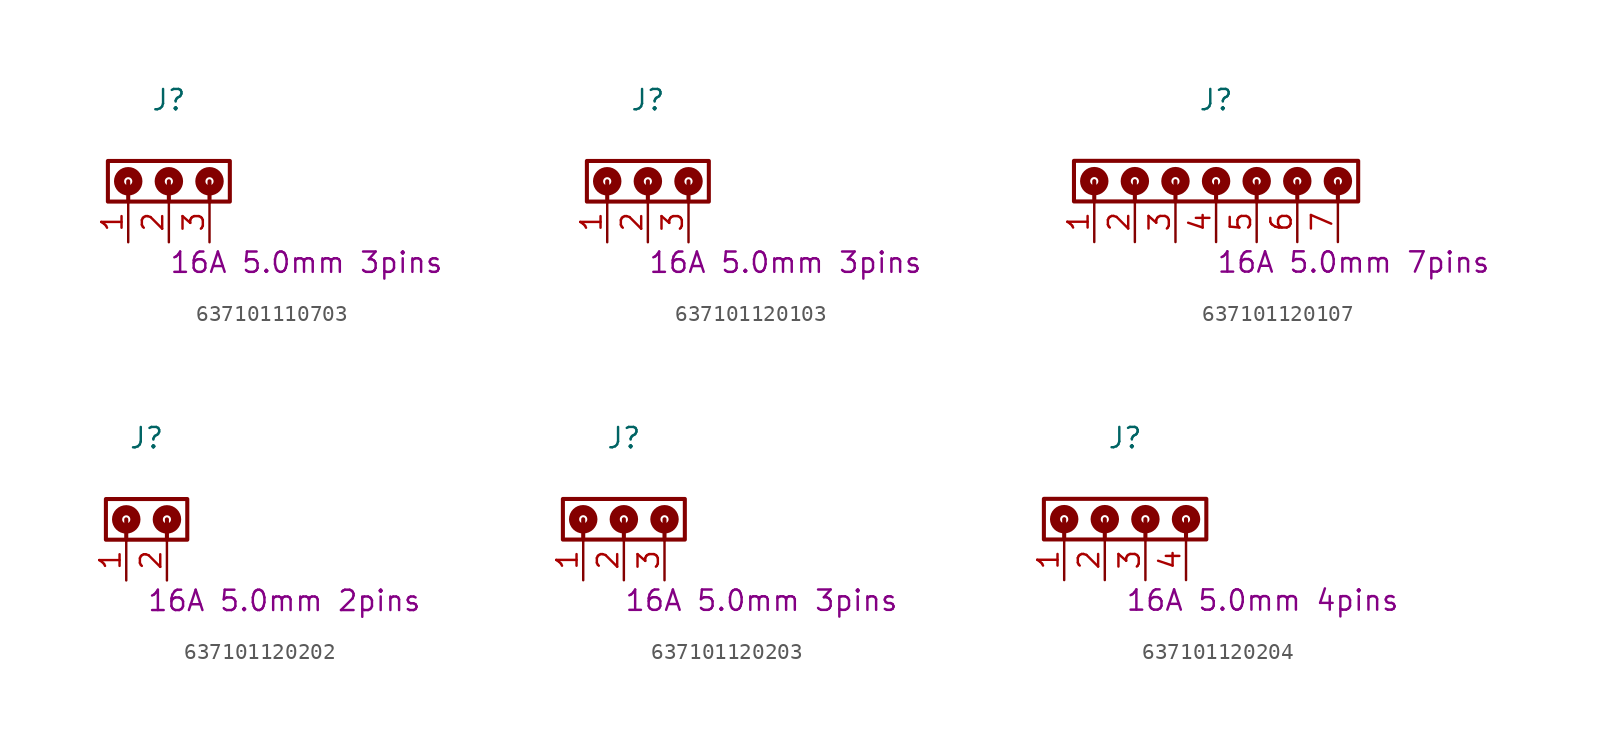
<source format=kicad_sym>
(kicad_symbol_lib
  (version 20220914)
  (generator kicad_symbol_editor)
  (symbol "637101110703"
    (pin_names hide)
    (property "Reference" "J"
      (at 0 5.08 0)
      (effects (font (size 1.27 1.27))))
    (property "Critical Parameter" "16A 5.0mm 3pins"
      (at 0 -5.08 0)
      (effects (font (size 1.27 1.27)) (justify left)))
    (symbol "637101110703_0_1"
      (rectangle (start -3.81 1.27) (end 3.81 -1.27) (stroke (width 0.254) (type default)) (fill (type none)))
      (circle (center -2.54 0) (radius 0.254) (stroke (width 0.635) (type default)) (fill (type none)))
      (polyline (pts (xy -2.54 0) (xy -2.54 -1.27)) (stroke (width 0.254) (type default)) (fill (type none)))
      (circle (center 0.0 0) (radius 0.254) (stroke (width 0.635) (type default)) (fill (type none)))
      (polyline (pts (xy 0.0 0) (xy 0.0 -1.27)) (stroke (width 0.254) (type default)) (fill (type none)))
      (circle (center 2.54 0) (radius 0.254) (stroke (width 0.635) (type default)) (fill (type none)))
      (polyline (pts (xy 2.54 0) (xy 2.54 -1.27)) (stroke (width 0.254) (type default)) (fill (type none))))
    (symbol "637101110703_1_1"
      (pin passive line (at -2.54 -3.81 90) (length 2.54) (name "1" (effects (font (size 1.27 1.27)))) (number "1" (effects (font (size 1.27 1.27)))))
      (pin passive line (at -2.54 -3.81 90) (length 2.54) hide (name "A1" (effects (font (size 1.27 1.27)))) (number "A1" (effects (font (size 1.27 1.27)))))
      (pin passive line (at 0.0 -3.81 90) (length 2.54) (name "2" (effects (font (size 1.27 1.27)))) (number "2" (effects (font (size 1.27 1.27)))))
      (pin passive line (at 0.0 -3.81 90) (length 2.54) hide (name "A2" (effects (font (size 1.27 1.27)))) (number "A2" (effects (font (size 1.27 1.27)))))
      (pin passive line (at 2.54 -3.81 90) (length 2.54) (name "3" (effects (font (size 1.27 1.27)))) (number "3" (effects (font (size 1.27 1.27)))))
      (pin passive line (at 2.54 -3.81 90) (length 2.54) hide (name "A3" (effects (font (size 1.27 1.27)))) (number "A3" (effects (font (size 1.27 1.27)))))))
  (symbol "637101120103"
    (pin_names hide)
    (property "Reference" "J"
      (at 0 5.08 0)
      (effects (font (size 1.27 1.27))))
    (property "Critical Parameter" "16A 5.0mm 3pins"
      (at 0 -5.08 0)
      (effects (font (size 1.27 1.27)) (justify left)))
    (symbol "637101120103_0_1"
      (rectangle (start -3.81 1.27) (end 3.81 -1.27) (stroke (width 0.254) (type default)) (fill (type none)))
      (circle (center -2.54 0) (radius 0.254) (stroke (width 0.635) (type default)) (fill (type none)))
      (polyline (pts (xy -2.54 0) (xy -2.54 -1.27)) (stroke (width 0.254) (type default)) (fill (type none)))
      (circle (center 0.0 0) (radius 0.254) (stroke (width 0.635) (type default)) (fill (type none)))
      (polyline (pts (xy 0.0 0) (xy 0.0 -1.27)) (stroke (width 0.254) (type default)) (fill (type none)))
      (circle (center 2.54 0) (radius 0.254) (stroke (width 0.635) (type default)) (fill (type none)))
      (polyline (pts (xy 2.54 0) (xy 2.54 -1.27)) (stroke (width 0.254) (type default)) (fill (type none))))
    (symbol "637101120103_1_1"
      (pin passive line (at -2.54 -3.81 90) (length 2.54) (name "1" (effects (font (size 1.27 1.27)))) (number "1" (effects (font (size 1.27 1.27)))))
      (pin passive line (at -2.54 -3.81 90) (length 2.54) hide (name "A1" (effects (font (size 1.27 1.27)))) (number "A1" (effects (font (size 1.27 1.27)))))
      (pin passive line (at 0.0 -3.81 90) (length 2.54) (name "2" (effects (font (size 1.27 1.27)))) (number "2" (effects (font (size 1.27 1.27)))))
      (pin passive line (at 0.0 -3.81 90) (length 2.54) hide (name "A2" (effects (font (size 1.27 1.27)))) (number "A2" (effects (font (size 1.27 1.27)))))
      (pin passive line (at 2.54 -3.81 90) (length 2.54) (name "3" (effects (font (size 1.27 1.27)))) (number "3" (effects (font (size 1.27 1.27)))))
      (pin passive line (at 2.54 -3.81 90) (length 2.54) hide (name "A3" (effects (font (size 1.27 1.27)))) (number "A3" (effects (font (size 1.27 1.27)))))))
  (symbol "637101120107"
    (pin_names hide)
    (property "Reference" "J"
      (at 0 5.08 0)
      (effects (font (size 1.27 1.27))))
    (property "Critical Parameter" "16A 5.0mm 7pins"
      (at 0 -5.08 0)
      (effects (font (size 1.27 1.27)) (justify left)))
    (symbol "637101120107_0_1"
      (rectangle (start -8.89 1.27) (end 8.89 -1.27) (stroke (width 0.254) (type default)) (fill (type none)))
      (circle (center -7.62 0) (radius 0.254) (stroke (width 0.635) (type default)) (fill (type none)))
      (polyline (pts (xy -7.62 0) (xy -7.62 -1.27)) (stroke (width 0.254) (type default)) (fill (type none)))
      (circle (center -5.08 0) (radius 0.254) (stroke (width 0.635) (type default)) (fill (type none)))
      (polyline (pts (xy -5.08 0) (xy -5.08 -1.27)) (stroke (width 0.254) (type default)) (fill (type none)))
      (circle (center -2.54 0) (radius 0.254) (stroke (width 0.635) (type default)) (fill (type none)))
      (polyline (pts (xy -2.54 0) (xy -2.54 -1.27)) (stroke (width 0.254) (type default)) (fill (type none)))
      (circle (center 0.0 0) (radius 0.254) (stroke (width 0.635) (type default)) (fill (type none)))
      (polyline (pts (xy 0.0 0) (xy 0.0 -1.27)) (stroke (width 0.254) (type default)) (fill (type none)))
      (circle (center 2.54 0) (radius 0.254) (stroke (width 0.635) (type default)) (fill (type none)))
      (polyline (pts (xy 2.54 0) (xy 2.54 -1.27)) (stroke (width 0.254) (type default)) (fill (type none)))
      (circle (center 5.08 0) (radius 0.254) (stroke (width 0.635) (type default)) (fill (type none)))
      (polyline (pts (xy 5.08 0) (xy 5.08 -1.27)) (stroke (width 0.254) (type default)) (fill (type none)))
      (circle (center 7.62 0) (radius 0.254) (stroke (width 0.635) (type default)) (fill (type none)))
      (polyline (pts (xy 7.62 0) (xy 7.62 -1.27)) (stroke (width 0.254) (type default)) (fill (type none))))
    (symbol "637101120107_1_1"
      (pin passive line (at -7.62 -3.81 90) (length 2.54) (name "1" (effects (font (size 1.27 1.27)))) (number "1" (effects (font (size 1.27 1.27)))))
      (pin passive line (at -7.62 -3.81 90) (length 2.54) hide (name "A1" (effects (font (size 1.27 1.27)))) (number "A1" (effects (font (size 1.27 1.27)))))
      (pin passive line (at -5.08 -3.81 90) (length 2.54) (name "2" (effects (font (size 1.27 1.27)))) (number "2" (effects (font (size 1.27 1.27)))))
      (pin passive line (at -5.08 -3.81 90) (length 2.54) hide (name "A2" (effects (font (size 1.27 1.27)))) (number "A2" (effects (font (size 1.27 1.27)))))
      (pin passive line (at -2.54 -3.81 90) (length 2.54) (name "3" (effects (font (size 1.27 1.27)))) (number "3" (effects (font (size 1.27 1.27)))))
      (pin passive line (at -2.54 -3.81 90) (length 2.54) hide (name "A3" (effects (font (size 1.27 1.27)))) (number "A3" (effects (font (size 1.27 1.27)))))
      (pin passive line (at 0.0 -3.81 90) (length 2.54) (name "4" (effects (font (size 1.27 1.27)))) (number "4" (effects (font (size 1.27 1.27)))))
      (pin passive line (at 0.0 -3.81 90) (length 2.54) hide (name "A4" (effects (font (size 1.27 1.27)))) (number "A4" (effects (font (size 1.27 1.27)))))
      (pin passive line (at 2.54 -3.81 90) (length 2.54) (name "5" (effects (font (size 1.27 1.27)))) (number "5" (effects (font (size 1.27 1.27)))))
      (pin passive line (at 2.54 -3.81 90) (length 2.54) hide (name "A5" (effects (font (size 1.27 1.27)))) (number "A5" (effects (font (size 1.27 1.27)))))
      (pin passive line (at 5.08 -3.81 90) (length 2.54) (name "6" (effects (font (size 1.27 1.27)))) (number "6" (effects (font (size 1.27 1.27)))))
      (pin passive line (at 5.08 -3.81 90) (length 2.54) hide (name "A6" (effects (font (size 1.27 1.27)))) (number "A6" (effects (font (size 1.27 1.27)))))
      (pin passive line (at 7.62 -3.81 90) (length 2.54) (name "7" (effects (font (size 1.27 1.27)))) (number "7" (effects (font (size 1.27 1.27)))))
      (pin passive line (at 7.62 -3.81 90) (length 2.54) hide (name "A7" (effects (font (size 1.27 1.27)))) (number "A7" (effects (font (size 1.27 1.27)))))))
  (symbol "637101120202"
    (pin_names hide)
    (property "Reference" "J"
      (at 0 5.08 0)
      (effects (font (size 1.27 1.27))))
    (property "Critical Parameter" "16A 5.0mm 2pins"
      (at 0 -5.08 0)
      (effects (font (size 1.27 1.27)) (justify left)))
    (symbol "637101120202_0_1"
      (rectangle (start -2.54 1.27) (end 2.54 -1.27) (stroke (width 0.254) (type default)) (fill (type none)))
      (circle (center -1.27 0) (radius 0.254) (stroke (width 0.635) (type default)) (fill (type none)))
      (polyline (pts (xy -1.27 0) (xy -1.27 -1.27)) (stroke (width 0.254) (type default)) (fill (type none)))
      (circle (center 1.27 0) (radius 0.254) (stroke (width 0.635) (type default)) (fill (type none)))
      (polyline (pts (xy 1.27 0) (xy 1.27 -1.27)) (stroke (width 0.254) (type default)) (fill (type none))))
    (symbol "637101120202_1_1"
      (pin passive line (at -1.27 -3.81 90) (length 2.54) (name "1" (effects (font (size 1.27 1.27)))) (number "1" (effects (font (size 1.27 1.27)))))
      (pin passive line (at -1.27 -3.81 90) (length 2.54) hide (name "A1" (effects (font (size 1.27 1.27)))) (number "A1" (effects (font (size 1.27 1.27)))))
      (pin passive line (at 1.27 -3.81 90) (length 2.54) (name "2" (effects (font (size 1.27 1.27)))) (number "2" (effects (font (size 1.27 1.27)))))
      (pin passive line (at 1.27 -3.81 90) (length 2.54) hide (name "A2" (effects (font (size 1.27 1.27)))) (number "A2" (effects (font (size 1.27 1.27)))))))
  (symbol "637101120203"
    (pin_names hide)
    (property "Reference" "J"
      (at 0 5.08 0)
      (effects (font (size 1.27 1.27))))
    (property "Critical Parameter" "16A 5.0mm 3pins"
      (at 0 -5.08 0)
      (effects (font (size 1.27 1.27)) (justify left)))
    (symbol "637101120203_0_1"
      (rectangle (start -3.81 1.27) (end 3.81 -1.27) (stroke (width 0.254) (type default)) (fill (type none)))
      (circle (center -2.54 0) (radius 0.254) (stroke (width 0.635) (type default)) (fill (type none)))
      (polyline (pts (xy -2.54 0) (xy -2.54 -1.27)) (stroke (width 0.254) (type default)) (fill (type none)))
      (circle (center 0.0 0) (radius 0.254) (stroke (width 0.635) (type default)) (fill (type none)))
      (polyline (pts (xy 0.0 0) (xy 0.0 -1.27)) (stroke (width 0.254) (type default)) (fill (type none)))
      (circle (center 2.54 0) (radius 0.254) (stroke (width 0.635) (type default)) (fill (type none)))
      (polyline (pts (xy 2.54 0) (xy 2.54 -1.27)) (stroke (width 0.254) (type default)) (fill (type none))))
    (symbol "637101120203_1_1"
      (pin passive line (at -2.54 -3.81 90) (length 2.54) (name "1" (effects (font (size 1.27 1.27)))) (number "1" (effects (font (size 1.27 1.27)))))
      (pin passive line (at -2.54 -3.81 90) (length 2.54) hide (name "A1" (effects (font (size 1.27 1.27)))) (number "A1" (effects (font (size 1.27 1.27)))))
      (pin passive line (at 0.0 -3.81 90) (length 2.54) (name "2" (effects (font (size 1.27 1.27)))) (number "2" (effects (font (size 1.27 1.27)))))
      (pin passive line (at 0.0 -3.81 90) (length 2.54) hide (name "A2" (effects (font (size 1.27 1.27)))) (number "A2" (effects (font (size 1.27 1.27)))))
      (pin passive line (at 2.54 -3.81 90) (length 2.54) (name "3" (effects (font (size 1.27 1.27)))) (number "3" (effects (font (size 1.27 1.27)))))
      (pin passive line (at 2.54 -3.81 90) (length 2.54) hide (name "A3" (effects (font (size 1.27 1.27)))) (number "A3" (effects (font (size 1.27 1.27)))))))
  (symbol "637101120204"
    (pin_names hide)
    (property "Reference" "J"
      (at 0 5.08 0)
      (effects (font (size 1.27 1.27))))
    (property "Critical Parameter" "16A 5.0mm 4pins"
      (at 0 -5.08 0)
      (effects (font (size 1.27 1.27)) (justify left)))
    (symbol "637101120204_0_1"
      (rectangle (start -5.08 1.27) (end 5.08 -1.27) (stroke (width 0.254) (type default)) (fill (type none)))
      (circle (center -3.81 0) (radius 0.254) (stroke (width 0.635) (type default)) (fill (type none)))
      (polyline (pts (xy -3.81 0) (xy -3.81 -1.27)) (stroke (width 0.254) (type default)) (fill (type none)))
      (circle (center -1.27 0) (radius 0.254) (stroke (width 0.635) (type default)) (fill (type none)))
      (polyline (pts (xy -1.27 0) (xy -1.27 -1.27)) (stroke (width 0.254) (type default)) (fill (type none)))
      (circle (center 1.27 0) (radius 0.254) (stroke (width 0.635) (type default)) (fill (type none)))
      (polyline (pts (xy 1.27 0) (xy 1.27 -1.27)) (stroke (width 0.254) (type default)) (fill (type none)))
      (circle (center 3.81 0) (radius 0.254) (stroke (width 0.635) (type default)) (fill (type none)))
      (polyline (pts (xy 3.81 0) (xy 3.81 -1.27)) (stroke (width 0.254) (type default)) (fill (type none))))
    (symbol "637101120204_1_1"
      (pin passive line (at -3.81 -3.81 90) (length 2.54) (name "1" (effects (font (size 1.27 1.27)))) (number "1" (effects (font (size 1.27 1.27)))))
      (pin passive line (at -3.81 -3.81 90) (length 2.54) hide (name "A1" (effects (font (size 1.27 1.27)))) (number "A1" (effects (font (size 1.27 1.27)))))
      (pin passive line (at -1.27 -3.81 90) (length 2.54) (name "2" (effects (font (size 1.27 1.27)))) (number "2" (effects (font (size 1.27 1.27)))))
      (pin passive line (at -1.27 -3.81 90) (length 2.54) hide (name "A2" (effects (font (size 1.27 1.27)))) (number "A2" (effects (font (size 1.27 1.27)))))
      (pin passive line (at 1.27 -3.81 90) (length 2.54) (name "3" (effects (font (size 1.27 1.27)))) (number "3" (effects (font (size 1.27 1.27)))))
      (pin passive line (at 1.27 -3.81 90) (length 2.54) hide (name "A3" (effects (font (size 1.27 1.27)))) (number "A3" (effects (font (size 1.27 1.27)))))
      (pin passive line (at 3.81 -3.81 90) (length 2.54) (name "4" (effects (font (size 1.27 1.27)))) (number "4" (effects (font (size 1.27 1.27)))))
      (pin passive line (at 3.81 -3.81 90) (length 2.54) hide (name "A4" (effects (font (size 1.27 1.27)))) (number "A4" (effects (font (size 1.27 1.27))))))))
</source>
